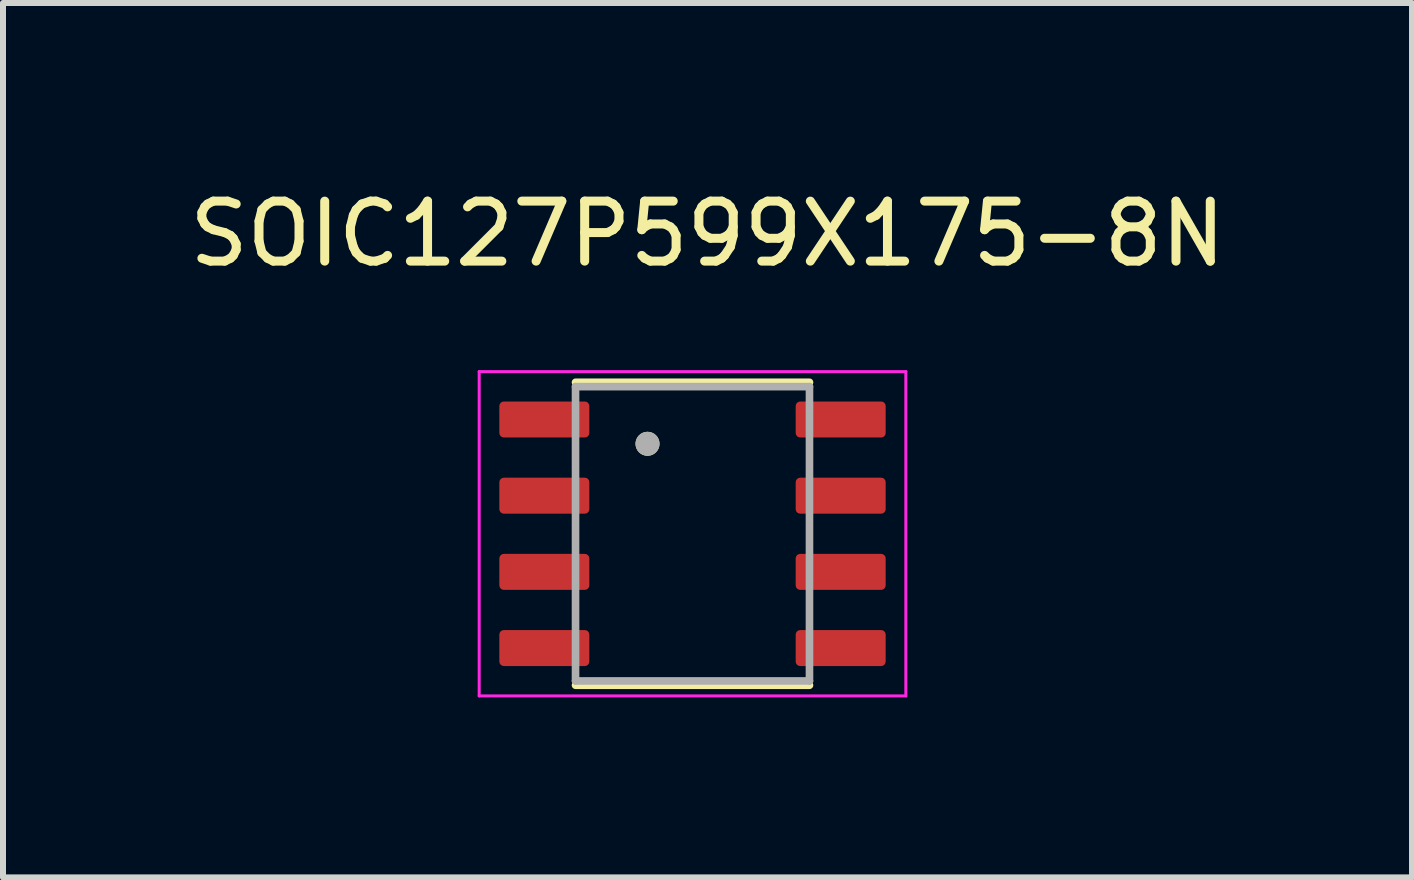
<source format=kicad_pcb>
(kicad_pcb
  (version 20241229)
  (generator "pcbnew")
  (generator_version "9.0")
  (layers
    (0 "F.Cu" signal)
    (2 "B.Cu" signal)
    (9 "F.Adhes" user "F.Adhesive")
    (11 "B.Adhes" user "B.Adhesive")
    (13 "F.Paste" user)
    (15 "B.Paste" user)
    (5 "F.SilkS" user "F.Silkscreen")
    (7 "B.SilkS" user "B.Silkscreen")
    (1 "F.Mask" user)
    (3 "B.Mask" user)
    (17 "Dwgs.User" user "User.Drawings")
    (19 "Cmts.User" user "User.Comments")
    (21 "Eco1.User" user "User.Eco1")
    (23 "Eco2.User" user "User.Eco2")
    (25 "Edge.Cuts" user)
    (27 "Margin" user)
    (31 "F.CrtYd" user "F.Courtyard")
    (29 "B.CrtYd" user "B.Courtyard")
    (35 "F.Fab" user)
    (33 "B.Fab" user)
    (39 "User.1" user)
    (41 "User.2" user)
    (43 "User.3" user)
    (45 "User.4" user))
  (footprint "SOIC127P599X175-8N"
    (layer "F.Cu")
    (at 8.494 5.848)
    (property "Reference" "SOIC127P599X175-8N" (at 0.25 -5 0) (layer "F.SilkS") (effects (font (size 1 1) (thickness 0.15))))
    (attr smd)
    (fp_line (start -1.95 -2.525) (end 1.95 -2.525) (stroke (width 0.127) (type solid)) (layer "F.SilkS"))
    (fp_line (start -1.95 2.525) (end 1.95 2.525) (stroke (width 0.127) (type solid)) (layer "F.SilkS"))
    (fp_circle (center -0.75 -1.5) (end -0.65 -1.5) (stroke (width 0.2) (type solid)) (fill no) (layer "F.SilkS"))
    (fp_line (start -3.556 -2.703) (end -3.556 2.703) (stroke (width 0.05) (type solid)) (layer "F.CrtYd"))
    (fp_line (start -3.556 -2.703) (end 3.556 -2.703) (stroke (width 0.05) (type solid)) (layer "F.CrtYd"))
    (fp_line (start -3.556 2.703) (end 3.556 2.703) (stroke (width 0.05) (type solid)) (layer "F.CrtYd"))
    (fp_line (start 3.556 -2.703) (end 3.556 2.703) (stroke (width 0.05) (type solid)) (layer "F.CrtYd"))
    (fp_line (start -1.95 -2.453) (end -1.95 2.453) (stroke (width 0.127) (type solid)) (layer "F.Fab"))
    (fp_line (start -1.95 -2.453) (end 1.95 -2.453) (stroke (width 0.127) (type solid)) (layer "F.Fab"))
    (fp_line (start -1.95 2.453) (end 1.95 2.453) (stroke (width 0.127) (type solid)) (layer "F.Fab"))
    (fp_line (start 1.95 -2.453) (end 1.95 2.453) (stroke (width 0.127) (type solid)) (layer "F.Fab"))
    (fp_circle (center -0.75 -1.5) (end -0.65 -1.5) (stroke (width 0.2) (type solid)) (fill no) (layer "F.Fab"))
    (pad "1" smd roundrect (at -2.47 -1.905) (size 1.5 0.6) (layers "F.Cu" "F.Mask" "F.Paste") (roundrect_rratio 0.125))
    (pad "2" smd roundrect (at -2.47 -0.635) (size 1.5 0.6) (layers "F.Cu" "F.Mask" "F.Paste") (roundrect_rratio 0.125))
    (pad "3" smd roundrect (at -2.47 0.635) (size 1.5 0.6) (layers "F.Cu" "F.Mask" "F.Paste") (roundrect_rratio 0.125))
    (pad "4" smd roundrect (at -2.47 1.905) (size 1.5 0.6) (layers "F.Cu" "F.Mask" "F.Paste") (roundrect_rratio 0.125))
    (pad "5" smd roundrect (at 2.47 1.905) (size 1.5 0.6) (layers "F.Cu" "F.Mask" "F.Paste") (roundrect_rratio 0.125))
    (pad "6" smd roundrect (at 2.47 0.635) (size 1.5 0.6) (layers "F.Cu" "F.Mask" "F.Paste") (roundrect_rratio 0.125))
    (pad "7" smd roundrect (at 2.47 -0.635) (size 1.5 0.6) (layers "F.Cu" "F.Mask" "F.Paste") (roundrect_rratio 0.125))
    (pad "8" smd roundrect (at 2.47 -1.905) (size 1.5 0.6) (layers "F.Cu" "F.Mask" "F.Paste") (roundrect_rratio 0.125)))
  (gr_rect
    (start -3 -3)
    (end 20.488 11.576)
    (stroke (width 0.1) (type default))
    (fill no)
    (layer "Edge.Cuts")))
</source>
